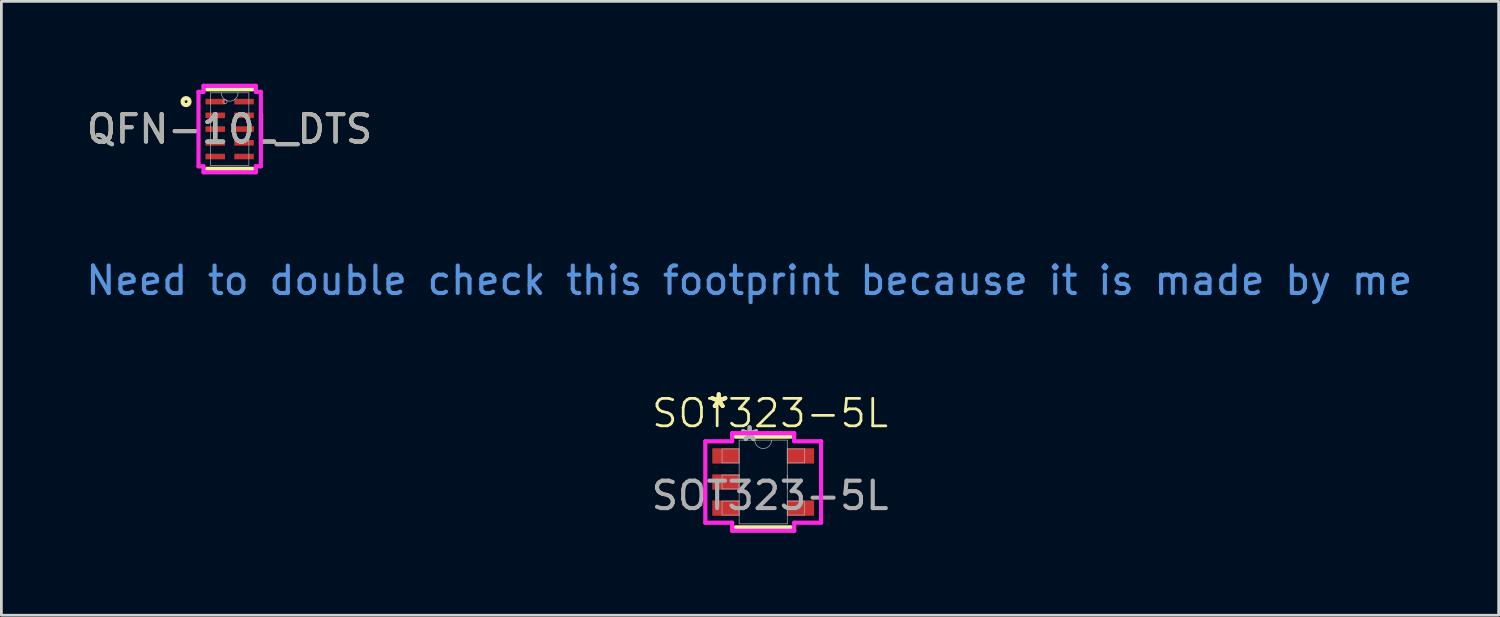
<source format=kicad_pcb>
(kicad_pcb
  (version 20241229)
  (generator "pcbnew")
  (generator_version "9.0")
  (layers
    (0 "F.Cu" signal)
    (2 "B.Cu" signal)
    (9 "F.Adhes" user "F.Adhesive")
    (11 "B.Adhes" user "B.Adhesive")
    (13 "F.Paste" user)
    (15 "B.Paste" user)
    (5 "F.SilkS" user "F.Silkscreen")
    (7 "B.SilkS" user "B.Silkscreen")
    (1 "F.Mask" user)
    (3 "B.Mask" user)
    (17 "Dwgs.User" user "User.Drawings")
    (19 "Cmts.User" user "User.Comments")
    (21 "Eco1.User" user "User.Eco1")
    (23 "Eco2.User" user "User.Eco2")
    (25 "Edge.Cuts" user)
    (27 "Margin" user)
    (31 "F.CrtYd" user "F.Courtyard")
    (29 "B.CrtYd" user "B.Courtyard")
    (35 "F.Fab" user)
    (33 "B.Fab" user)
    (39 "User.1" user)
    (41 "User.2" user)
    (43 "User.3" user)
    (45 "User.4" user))
  (footprint "SOT323-5L"
    (layer "F.Cu")
    (at 24.75 14.502)
    (property "Reference" "SOT323-5L" (at 0.25 -2.5 0) (unlocked yes) (layer "F.SilkS") (effects (font (size 1 1) (thickness 0.1))))
    (attr smd)
    (fp_line (start -1.005 1.655) (end 1.002 1.655) (stroke (width 0.152) (type solid)) (layer "F.SilkS"))
    (fp_line (start 1.002 -1.647) (end -1.005 -1.647) (stroke (width 0.152) (type solid)) (layer "F.SilkS"))
    (fp_line (start -2.11 -1.479) (end -1.132 -1.479) (stroke (width 0.152) (type solid)) (layer "F.CrtYd"))
    (fp_line (start -2.11 1.487) (end -2.11 -1.479) (stroke (width 0.152) (type solid)) (layer "F.CrtYd"))
    (fp_line (start -2.11 1.487) (end -1.132 1.487) (stroke (width 0.152) (type solid)) (layer "F.CrtYd"))
    (fp_line (start -1.132 -1.774) (end 1.129 -1.774) (stroke (width 0.152) (type solid)) (layer "F.CrtYd"))
    (fp_line (start -1.132 -1.479) (end -1.132 -1.774) (stroke (width 0.152) (type solid)) (layer "F.CrtYd"))
    (fp_line (start -1.132 1.782) (end -1.132 1.487) (stroke (width 0.152) (type solid)) (layer "F.CrtYd"))
    (fp_line (start 1.129 -1.774) (end 1.129 -1.479) (stroke (width 0.152) (type solid)) (layer "F.CrtYd"))
    (fp_line (start 1.129 1.487) (end 1.129 1.782) (stroke (width 0.152) (type solid)) (layer "F.CrtYd"))
    (fp_line (start 1.129 1.782) (end -1.132 1.782) (stroke (width 0.152) (type solid)) (layer "F.CrtYd"))
    (fp_line (start 2.107 -1.479) (end 1.129 -1.479) (stroke (width 0.152) (type solid)) (layer "F.CrtYd"))
    (fp_line (start 2.107 -1.479) (end 2.107 1.487) (stroke (width 0.152) (type solid)) (layer "F.CrtYd"))
    (fp_line (start 2.107 1.487) (end 1.129 1.487) (stroke (width 0.152) (type solid)) (layer "F.CrtYd"))
    (fp_line (start -1.5 -1.2) (end -1.5 -0.692) (stroke (width 0.025) (type solid)) (layer "F.Fab"))
    (fp_line (start -1.5 -0.692) (end -0.878 -0.692) (stroke (width 0.025) (type solid)) (layer "F.Fab"))
    (fp_line (start -1.5 -0.25) (end -1.5 0.258) (stroke (width 0.025) (type solid)) (layer "F.Fab"))
    (fp_line (start -1.5 0.258) (end -0.878 0.258) (stroke (width 0.025) (type solid)) (layer "F.Fab"))
    (fp_line (start -1.5 0.7) (end -1.5 1.208) (stroke (width 0.025) (type solid)) (layer "F.Fab"))
    (fp_line (start -1.5 1.208) (end -0.878 1.208) (stroke (width 0.025) (type solid)) (layer "F.Fab"))
    (fp_line (start -0.878 -1.52) (end -0.878 1.528) (stroke (width 0.025) (type solid)) (layer "F.Fab"))
    (fp_line (start -0.878 -1.2) (end -1.5 -1.2) (stroke (width 0.025) (type solid)) (layer "F.Fab"))
    (fp_line (start -0.878 -0.692) (end -0.878 -1.2) (stroke (width 0.025) (type solid)) (layer "F.Fab"))
    (fp_line (start -0.878 -0.25) (end -1.5 -0.25) (stroke (width 0.025) (type solid)) (layer "F.Fab"))
    (fp_line (start -0.878 0.258) (end -0.878 -0.25) (stroke (width 0.025) (type solid)) (layer "F.Fab"))
    (fp_line (start -0.878 0.7) (end -1.5 0.7) (stroke (width 0.025) (type solid)) (layer "F.Fab"))
    (fp_line (start -0.878 1.208) (end -0.878 0.7) (stroke (width 0.025) (type solid)) (layer "F.Fab"))
    (fp_line (start -0.878 1.528) (end 0.875 1.528) (stroke (width 0.025) (type solid)) (layer "F.Fab"))
    (fp_line (start 0.875 -1.52) (end -0.878 -1.52) (stroke (width 0.025) (type solid)) (layer "F.Fab"))
    (fp_line (start 0.875 -1.2) (end 0.875 -0.692) (stroke (width 0.025) (type solid)) (layer "F.Fab"))
    (fp_line (start 0.875 -0.692) (end 1.497 -0.692) (stroke (width 0.025) (type solid)) (layer "F.Fab"))
    (fp_line (start 0.875 -0.25) (end 0.875 0.258) (stroke (width 0.025) (type solid)) (layer "F.Fab"))
    (fp_line (start 0.875 0.7) (end 0.875 1.208) (stroke (width 0.025) (type solid)) (layer "F.Fab"))
    (fp_line (start 0.875 1.208) (end 1.497 1.208) (stroke (width 0.025) (type solid)) (layer "F.Fab"))
    (fp_line (start 0.875 1.528) (end 0.875 -1.52) (stroke (width 0.025) (type solid)) (layer "F.Fab"))
    (fp_line (start 1.497 -1.2) (end 0.875 -1.2) (stroke (width 0.025) (type solid)) (layer "F.Fab"))
    (fp_line (start 1.497 -0.692) (end 1.497 -1.2) (stroke (width 0.025) (type solid)) (layer "F.Fab"))
    (fp_line (start 1.497 0.7) (end 0.875 0.7) (stroke (width 0.025) (type solid)) (layer "F.Fab"))
    (fp_line (start 1.497 1.208) (end 1.497 0.7) (stroke (width 0.025) (type solid)) (layer "F.Fab"))
    (fp_arc (start 0.3034 -1.52) (mid -0.0014 -1.2152) (end -0.3062 -1.52) (stroke (width 0.0254) (type solid)) (layer "F.Fab"))
    (fp_text user "*" (at -1.621 -2.648 0) (layer "F.SilkS") (effects (font (size 1 1) (thickness 0.15))))
    (fp_text user "*" (at -1.621 -2.648 0) (unlocked yes) (layer "F.SilkS") (effects (font (size 1 1) (thickness 0.15))))
    (fp_text user "Need to double check this footprint because it is made by me" (at -24.75 -6.75 0) (unlocked yes) (layer "Cmts.User") (effects (font (size 1 1) (thickness 0.15)) (justify left bottom)))
    (fp_text user "*" (at -0.497 -1.444 0) (layer "F.Fab") (effects (font (size 1 1) (thickness 0.15))))
    (fp_text user "${REFERENCE}" (at 0.25 0.5 0) (unlocked yes) (layer "F.Fab") (effects (font (size 1 1) (thickness 0.15))))
    (fp_text user "*" (at -0.497 -1.444 0) (unlocked yes) (layer "F.Fab") (effects (font (size 1 1) (thickness 0.15))))
    (pad "1" smd rect (at -1.367 -0.946) (size 0.978 0.559) (layers "F.Cu" "F.Mask" "F.Paste"))
    (pad "2" smd rect (at -1.367 0.004) (size 0.978 0.559) (layers "F.Cu" "F.Mask" "F.Paste"))
    (pad "3" smd rect (at -1.367 0.954) (size 0.978 0.559) (layers "F.Cu" "F.Mask" "F.Paste"))
    (pad "4" smd rect (at 1.364 0.954) (size 0.978 0.559) (layers "F.Cu" "F.Mask" "F.Paste"))
    (pad "5" smd rect (at 1.364 -0.946) (size 0.978 0.559) (layers "F.Cu" "F.Mask" "F.Paste")))
  (footprint "QFN-10L_DTS"
    (layer "F.Cu")
    (at 5.315 1.651)
    (property "Reference" "QFN-10L_DTS" (at 0 0 0) (unlocked yes) (layer "F.SilkS") (effects (font (size 1 1) (thickness 0.15))))
    (attr smd)
    (fp_line (start -0.826 1.448) (end 0.826 1.448) (stroke (width 0.152) (type solid)) (layer "F.SilkS"))
    (fp_line (start 0.826 -1.448) (end -0.826 -1.448) (stroke (width 0.152) (type solid)) (layer "F.SilkS"))
    (fp_circle (center -1.588 -1) (end -1.461 -1) (stroke (width 0.152) (type solid)) (fill no) (layer "F.SilkS"))
    (fp_line (start -1.135 -1.356) (end -0.953 -1.356) (stroke (width 0.152) (type solid)) (layer "F.CrtYd"))
    (fp_line (start -1.135 1.356) (end -1.135 -1.356) (stroke (width 0.152) (type solid)) (layer "F.CrtYd"))
    (fp_line (start -1.135 1.356) (end -0.953 1.356) (stroke (width 0.152) (type solid)) (layer "F.CrtYd"))
    (fp_line (start -0.953 -1.575) (end 0.953 -1.575) (stroke (width 0.152) (type solid)) (layer "F.CrtYd"))
    (fp_line (start -0.953 -1.356) (end -0.953 -1.575) (stroke (width 0.152) (type solid)) (layer "F.CrtYd"))
    (fp_line (start -0.953 1.575) (end -0.953 1.356) (stroke (width 0.152) (type solid)) (layer "F.CrtYd"))
    (fp_line (start 0.953 -1.575) (end 0.953 -1.356) (stroke (width 0.152) (type solid)) (layer "F.CrtYd"))
    (fp_line (start 0.953 1.356) (end 0.953 1.575) (stroke (width 0.152) (type solid)) (layer "F.CrtYd"))
    (fp_line (start 0.953 1.575) (end -0.953 1.575) (stroke (width 0.152) (type solid)) (layer "F.CrtYd"))
    (fp_line (start 1.135 -1.356) (end 0.953 -1.356) (stroke (width 0.152) (type solid)) (layer "F.CrtYd"))
    (fp_line (start 1.135 -1.356) (end 1.135 1.356) (stroke (width 0.152) (type solid)) (layer "F.CrtYd"))
    (fp_line (start 1.135 1.356) (end 0.953 1.356) (stroke (width 0.152) (type solid)) (layer "F.CrtYd"))
    (fp_line (start -0.699 -1.321) (end -0.699 1.321) (stroke (width 0.025) (type solid)) (layer "F.Fab"))
    (fp_line (start -0.699 1.321) (end 0.699 1.321) (stroke (width 0.025) (type solid)) (layer "F.Fab"))
    (fp_line (start 0.699 -1.321) (end -0.699 -1.321) (stroke (width 0.025) (type solid)) (layer "F.Fab"))
    (fp_line (start 0.699 1.321) (end 0.699 -1.321) (stroke (width 0.025) (type solid)) (layer "F.Fab"))
    (fp_arc (start 0.3048 -1.3208) (mid 0 -1.016) (end -0.3048 -1.3208) (stroke (width 0.0254) (type solid)) (layer "F.Fab"))
    (fp_circle (center -0.169 -1) (end -0.093 -1) (stroke (width 0.025) (type solid)) (fill no) (layer "F.Fab"))
    (fp_text user "${REFERENCE}" (at 0 0 0) (unlocked yes) (layer "F.Fab") (effects (font (size 1 1) (thickness 0.15))))
    (pad "1" smd rect (at -0.525 -1) (size 0.711 0.203) (layers "F.Cu" "F.Mask" "F.Paste"))
    (pad "2" smd rect (at -0.525 -0.5) (size 0.711 0.203) (layers "F.Cu" "F.Mask" "F.Paste"))
    (pad "3" smd rect (at -0.525 0) (size 0.711 0.203) (layers "F.Cu" "F.Mask" "F.Paste"))
    (pad "4" smd rect (at -0.525 0.5) (size 0.711 0.203) (layers "F.Cu" "F.Mask" "F.Paste"))
    (pad "5" smd rect (at -0.525 1) (size 0.711 0.203) (layers "F.Cu" "F.Mask" "F.Paste"))
    (pad "6" smd rect (at 0.525 1) (size 0.711 0.203) (layers "F.Cu" "F.Mask" "F.Paste"))
    (pad "7" smd rect (at 0.525 0.5) (size 0.711 0.203) (layers "F.Cu" "F.Mask" "F.Paste"))
    (pad "8" smd rect (at 0.525 0) (size 0.711 0.203) (layers "F.Cu" "F.Mask" "F.Paste"))
    (pad "9" smd rect (at 0.525 -0.5) (size 0.711 0.203) (layers "F.Cu" "F.Mask" "F.Paste"))
    (pad "10" smd rect (at 0.525 -1) (size 0.711 0.203) (layers "F.Cu" "F.Mask" "F.Paste")))
  (gr_rect
    (start -3 -3)
    (end 51.536 19.36)
    (stroke (width 0.1) (type default))
    (fill no)
    (layer "Edge.Cuts")))
</source>
